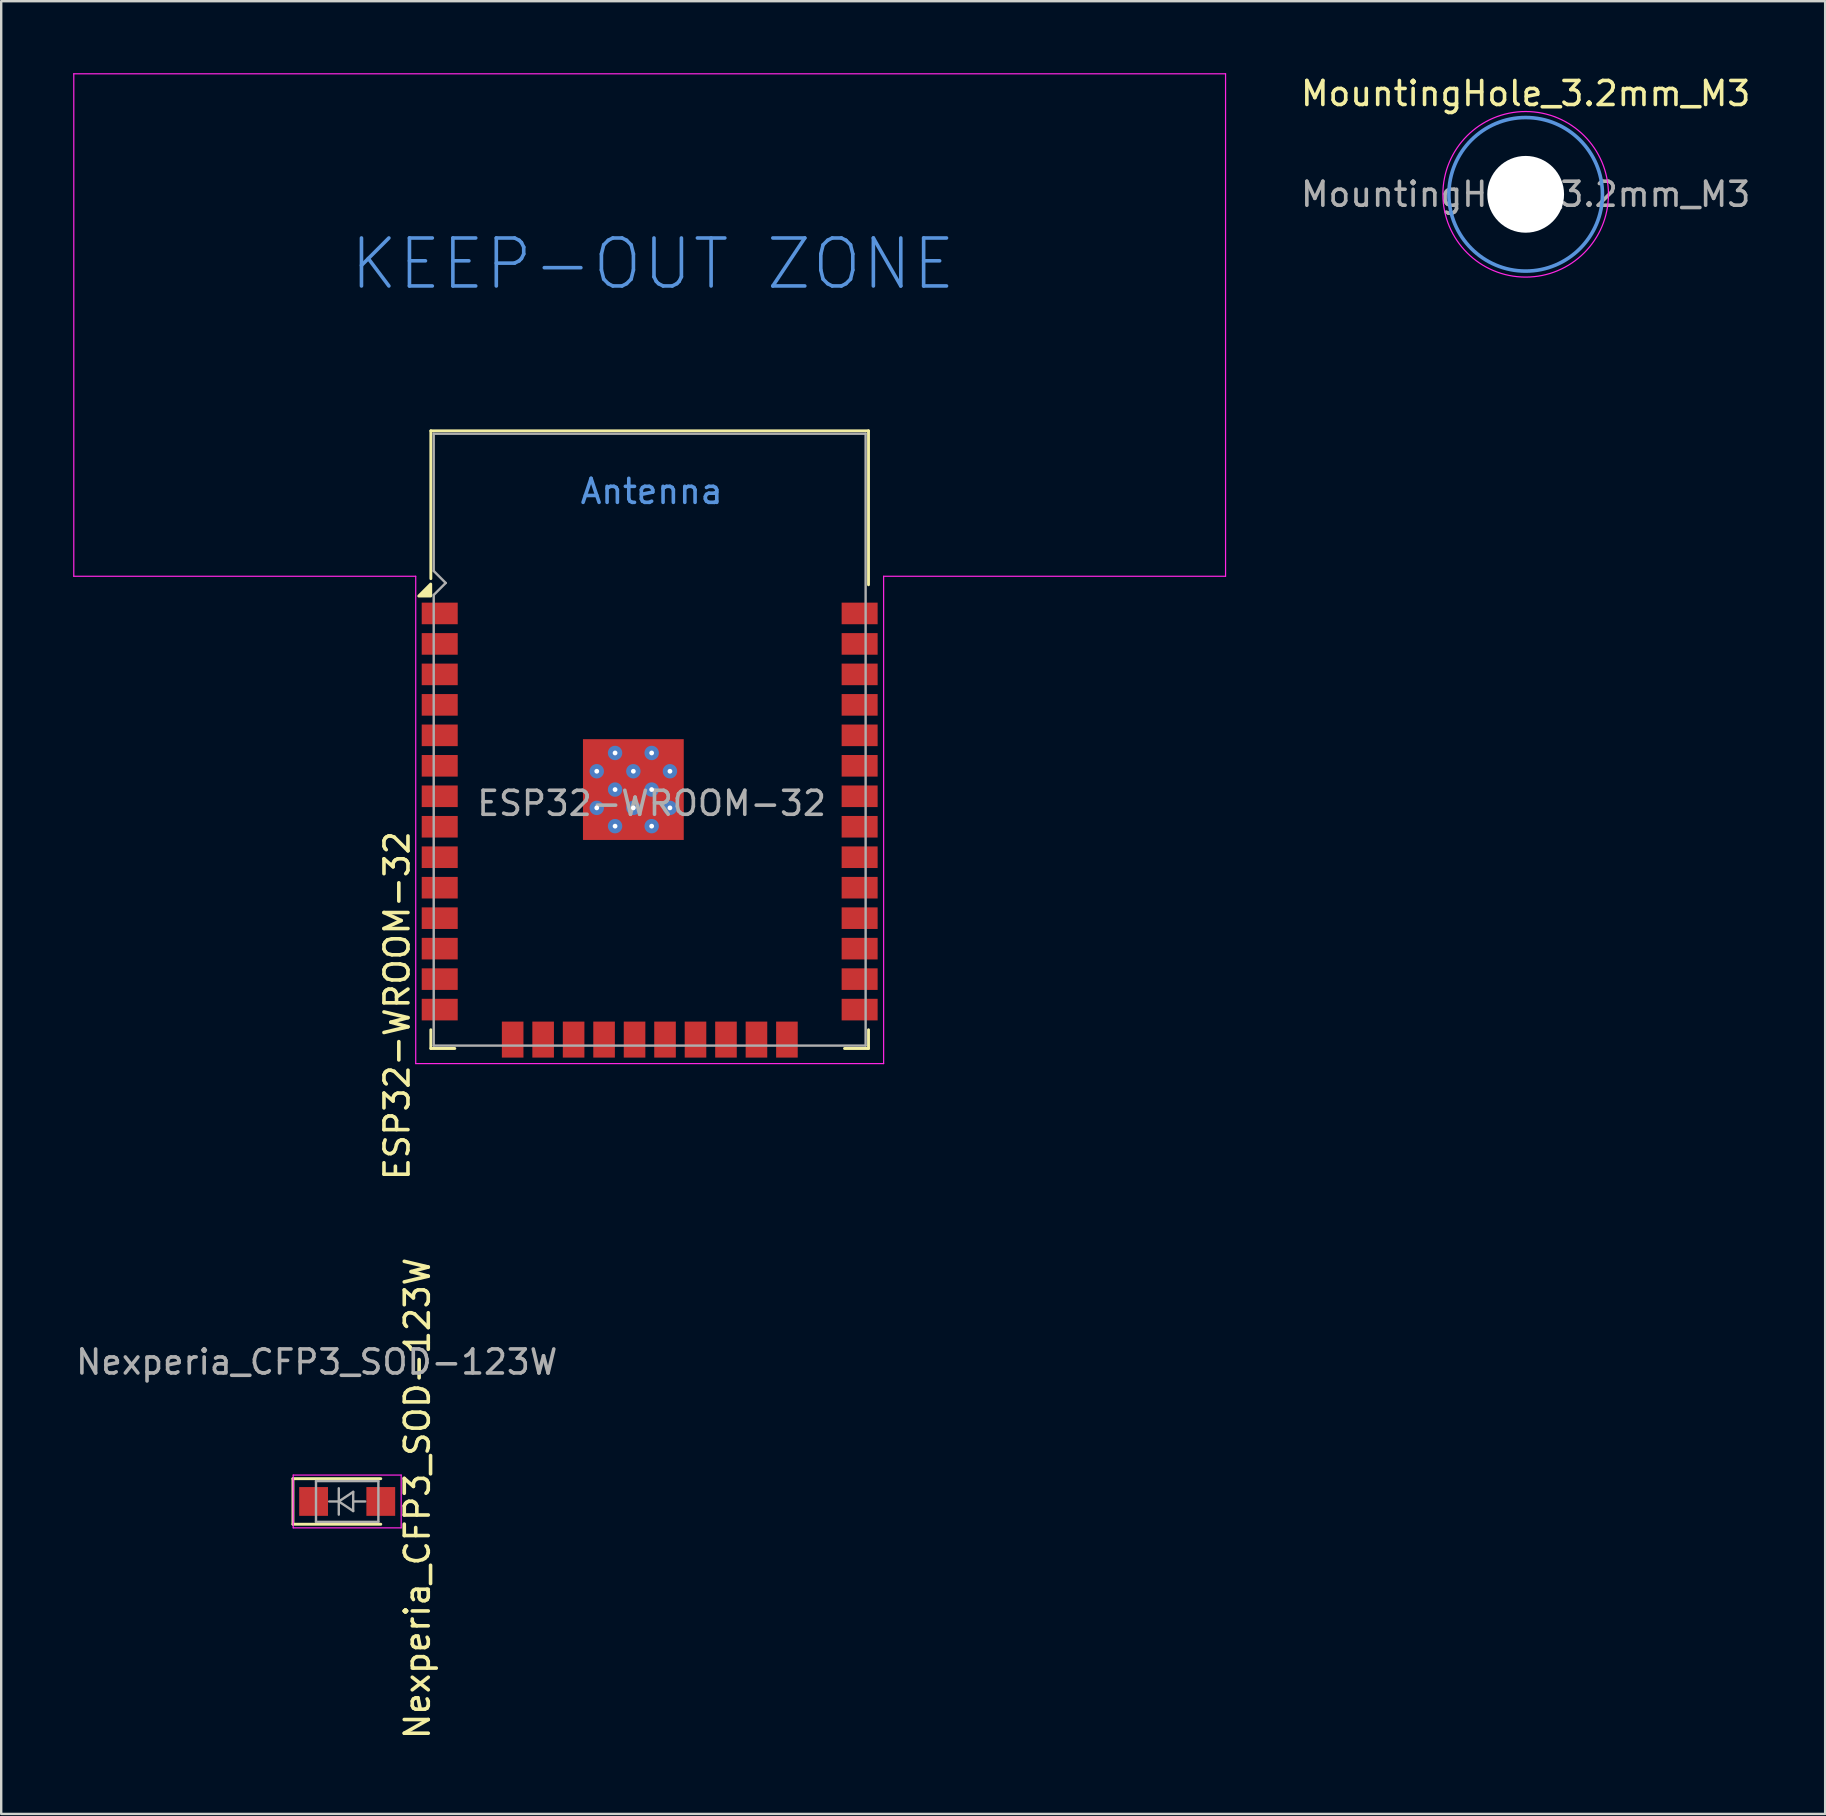
<source format=kicad_pcb>
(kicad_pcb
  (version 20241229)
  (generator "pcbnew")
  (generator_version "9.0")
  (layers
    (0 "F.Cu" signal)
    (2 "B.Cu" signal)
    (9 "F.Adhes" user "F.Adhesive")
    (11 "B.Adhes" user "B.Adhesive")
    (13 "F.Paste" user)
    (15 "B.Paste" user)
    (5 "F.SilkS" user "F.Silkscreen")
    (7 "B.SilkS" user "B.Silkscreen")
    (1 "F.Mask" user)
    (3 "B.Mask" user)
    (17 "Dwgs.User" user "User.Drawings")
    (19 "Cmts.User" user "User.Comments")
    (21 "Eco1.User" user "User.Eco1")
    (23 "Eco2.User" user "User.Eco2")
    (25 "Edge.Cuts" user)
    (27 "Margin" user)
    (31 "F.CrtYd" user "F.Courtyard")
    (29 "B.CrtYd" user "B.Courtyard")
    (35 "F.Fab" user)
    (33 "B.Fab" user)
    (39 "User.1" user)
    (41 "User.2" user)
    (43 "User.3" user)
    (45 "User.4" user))
  (footprint "Nexperia_CFP3_SOD-123W"
    (layer "F.Cu")
    (at 11.419 59.523)
    (property "Reference" "Nexperia_CFP3_SOD-123W" (at 2.924 -0.127 270) (layer "F.SilkS") (effects (font (size 1 1) (thickness 0.15))))
    (attr smd)
    (fp_line (start -2.26 -0.95) (end -2.26 0.95) (stroke (width 0.12) (type solid)) (layer "F.SilkS"))
    (fp_line (start -2.26 -0.95) (end 1.4 -0.95) (stroke (width 0.12) (type solid)) (layer "F.SilkS"))
    (fp_line (start -2.26 0.95) (end 1.4 0.95) (stroke (width 0.12) (type solid)) (layer "F.SilkS"))
    (fp_line (start -2.25 -1.1) (end -2.25 1.1) (stroke (width 0.05) (type solid)) (layer "F.CrtYd"))
    (fp_line (start -2.25 -1.1) (end 2.25 -1.1) (stroke (width 0.05) (type solid)) (layer "F.CrtYd"))
    (fp_line (start 2.25 -1.1) (end 2.25 1.1) (stroke (width 0.05) (type solid)) (layer "F.CrtYd"))
    (fp_line (start 2.25 1.1) (end -2.25 1.1) (stroke (width 0.05) (type solid)) (layer "F.CrtYd"))
    (fp_line (start -1.3 -0.85) (end 1.3 -0.85) (stroke (width 0.1) (type solid)) (layer "F.Fab"))
    (fp_line (start -1.3 0.85) (end -1.3 -0.85) (stroke (width 0.1) (type solid)) (layer "F.Fab"))
    (fp_line (start -0.75 0) (end -0.35 0) (stroke (width 0.1) (type solid)) (layer "F.Fab"))
    (fp_line (start -0.35 -0.55) (end -0.35 0.55) (stroke (width 0.1) (type solid)) (layer "F.Fab"))
    (fp_line (start -0.35 0) (end 0.25 -0.4) (stroke (width 0.1) (type solid)) (layer "F.Fab"))
    (fp_line (start -0.35 0) (end 0.25 0.4) (stroke (width 0.1) (type solid)) (layer "F.Fab"))
    (fp_line (start 0.25 -0.4) (end 0.25 0.4) (stroke (width 0.1) (type solid)) (layer "F.Fab"))
    (fp_line (start 0.75 0) (end 0.25 0) (stroke (width 0.1) (type solid)) (layer "F.Fab"))
    (fp_line (start 1.3 -0.85) (end 1.3 0.85) (stroke (width 0.1) (type solid)) (layer "F.Fab"))
    (fp_line (start 1.3 0.85) (end -1.3 0.85) (stroke (width 0.1) (type solid)) (layer "F.Fab"))
    (fp_text user "${REFERENCE}" (at -1.27 -5.81 180) (layer "F.Fab") (effects (font (size 1 1) (thickness 0.15))))
    (pad "1" smd rect (at -1.4 0) (size 1.2 1.2) (layers "F.Cu" "F.Mask" "F.Paste"))
    (pad "2" smd rect (at 1.4 0) (size 1.2 1.2) (layers "F.Cu" "F.Mask" "F.Paste")))
  (footprint "MountingHole_3.2mm_M3"
    (layer "F.Cu")
    (at 60.532 5.048)
    (property "Reference" "MountingHole_3.2mm_M3" (at 0 -4.2 0) (layer "F.SilkS") (effects (font (size 1 1) (thickness 0.15))))
    (attr exclude_from_pos_files exclude_from_bom)
    (fp_circle (center 0 0) (end 3.2 0) (stroke (width 0.15) (type solid)) (fill no) (layer "Cmts.User"))
    (fp_circle (center 0 0) (end 3.45 0) (stroke (width 0.05) (type solid)) (fill no) (layer "F.CrtYd"))
    (fp_text user "${REFERENCE}" (at 0 0 0) (layer "F.Fab") (effects (font (size 1 1) (thickness 0.15))))
    (pad "" np_thru_hole circle (at 0 0) (size 3.2 3.2) (drill 3.2) (layers "*.Cu" "*.Mask")))
  (footprint "ESP32-WROOM-32"
    (layer "F.Cu")
    (at 24.025 30.765)
    (property "Reference" "ESP32-WROOM-32" (at -10.528 8.095 90) (layer "F.SilkS") (effects (font (size 1 1) (thickness 0.15))))
    (attr smd)
    (fp_line (start -9.12 -15.86) (end -9.12 -9.7) (stroke (width 0.12) (type solid)) (layer "F.SilkS"))
    (fp_line (start -9.12 -15.86) (end 9.12 -15.86) (stroke (width 0.12) (type solid)) (layer "F.SilkS"))
    (fp_line (start -9.12 9.1) (end -9.12 9.88) (stroke (width 0.12) (type solid)) (layer "F.SilkS"))
    (fp_line (start -9.12 9.88) (end -8.12 9.88) (stroke (width 0.12) (type solid)) (layer "F.SilkS"))
    (fp_line (start 9.12 -15.86) (end 9.12 -9.445) (stroke (width 0.12) (type solid)) (layer "F.SilkS"))
    (fp_line (start 9.12 9.1) (end 9.12 9.88) (stroke (width 0.12) (type solid)) (layer "F.SilkS"))
    (fp_line (start 9.12 9.88) (end 8.12 9.88) (stroke (width 0.12) (type solid)) (layer "F.SilkS"))
    (fp_poly (pts (xy -9.125 -8.975) (xy -9.625 -8.975) (xy -9.125 -9.475) (xy -9.125 -8.975)) (stroke (width 0.12) (type solid)) (fill yes) (layer "F.SilkS"))
    (fp_line (start -24 -30.74) (end -24 -9.8) (stroke (width 0.05) (type solid)) (layer "F.CrtYd"))
    (fp_line (start -24 -9.8) (end -9.75 -9.8) (stroke (width 0.05) (type solid)) (layer "F.CrtYd"))
    (fp_line (start -9.75 10.51) (end -9.75 -9.8) (stroke (width 0.05) (type solid)) (layer "F.CrtYd"))
    (fp_line (start -9.75 10.51) (end 9.75 10.51) (stroke (width 0.05) (type solid)) (layer "F.CrtYd"))
    (fp_line (start 9.75 -9.8) (end 9.75 10.51) (stroke (width 0.05) (type solid)) (layer "F.CrtYd"))
    (fp_line (start 9.75 -9.8) (end 24 -9.8) (stroke (width 0.05) (type solid)) (layer "F.CrtYd"))
    (fp_line (start 24 -30.74) (end -24 -30.74) (stroke (width 0.05) (type solid)) (layer "F.CrtYd"))
    (fp_line (start 24 -9.8) (end 24 -30.74) (stroke (width 0.05) (type solid)) (layer "F.CrtYd"))
    (fp_line (start -9 -15.74) (end -9 -10.02) (stroke (width 0.1) (type solid)) (layer "F.Fab"))
    (fp_line (start -9 -15.74) (end 9 -15.74) (stroke (width 0.1) (type solid)) (layer "F.Fab"))
    (fp_line (start -9 -9.02) (end -9 9.76) (stroke (width 0.1) (type solid)) (layer "F.Fab"))
    (fp_line (start -9 -9.02) (end -8.5 -9.52) (stroke (width 0.1) (type solid)) (layer "F.Fab"))
    (fp_line (start -9 9.76) (end 9 9.76) (stroke (width 0.1) (type solid)) (layer "F.Fab"))
    (fp_line (start -8.5 -9.52) (end -9 -10.02) (stroke (width 0.1) (type solid)) (layer "F.Fab"))
    (fp_line (start 9 9.76) (end 9 -15.74) (stroke (width 0.1) (type solid)) (layer "F.Fab"))
    (fp_text user "KEEP-OUT ZONE" (at 0.132 -22.815 0) (layer "Cmts.User") (effects (font (size 2 2) (thickness 0.15))))
    (fp_text user "Antenna" (at 0.082 -13.335 0) (layer "Cmts.User") (effects (font (size 1 1) (thickness 0.15))))
    (fp_text user "${REFERENCE}" (at 0.082 -0.335 0) (layer "F.Fab") (effects (font (size 1 1) (thickness 0.15))))
    (pad "1" smd rect (at -8.75 -8.25) (size 1.5 0.9) (layers "F.Cu" "F.Mask" "F.Paste"))
    (pad "2" smd rect (at -8.75 -6.98) (size 1.5 0.9) (layers "F.Cu" "F.Mask" "F.Paste"))
    (pad "3" smd rect (at -8.75 -5.71) (size 1.5 0.9) (layers "F.Cu" "F.Mask" "F.Paste"))
    (pad "4" smd rect (at -8.75 -4.44) (size 1.5 0.9) (layers "F.Cu" "F.Mask" "F.Paste"))
    (pad "5" smd rect (at -8.75 -3.17) (size 1.5 0.9) (layers "F.Cu" "F.Mask" "F.Paste"))
    (pad "6" smd rect (at -8.75 -1.9) (size 1.5 0.9) (layers "F.Cu" "F.Mask" "F.Paste"))
    (pad "7" smd rect (at -8.75 -0.63) (size 1.5 0.9) (layers "F.Cu" "F.Mask" "F.Paste"))
    (pad "8" smd rect (at -8.75 0.64) (size 1.5 0.9) (layers "F.Cu" "F.Mask" "F.Paste"))
    (pad "9" smd rect (at -8.75 1.91) (size 1.5 0.9) (layers "F.Cu" "F.Mask" "F.Paste"))
    (pad "10" smd rect (at -8.75 3.18) (size 1.5 0.9) (layers "F.Cu" "F.Mask" "F.Paste"))
    (pad "11" smd rect (at -8.75 4.45) (size 1.5 0.9) (layers "F.Cu" "F.Mask" "F.Paste"))
    (pad "12" smd rect (at -8.75 5.72) (size 1.5 0.9) (layers "F.Cu" "F.Mask" "F.Paste"))
    (pad "13" smd rect (at -8.75 6.99) (size 1.5 0.9) (layers "F.Cu" "F.Mask" "F.Paste"))
    (pad "14" smd rect (at -8.75 8.26) (size 1.5 0.9) (layers "F.Cu" "F.Mask" "F.Paste"))
    (pad "15" smd rect (at -5.71 9.51 90) (size 1.5 0.9) (layers "F.Cu" "F.Mask" "F.Paste"))
    (pad "16" smd rect (at -4.44 9.51 90) (size 1.5 0.9) (layers "F.Cu" "F.Mask" "F.Paste"))
    (pad "17" smd rect (at -3.17 9.51 90) (size 1.5 0.9) (layers "F.Cu" "F.Mask" "F.Paste"))
    (pad "18" smd rect (at -1.9 9.51 90) (size 1.5 0.9) (layers "F.Cu" "F.Mask" "F.Paste"))
    (pad "19" smd rect (at -0.63 9.51 90) (size 1.5 0.9) (layers "F.Cu" "F.Mask" "F.Paste"))
    (pad "20" smd rect (at 0.64 9.51 90) (size 1.5 0.9) (layers "F.Cu" "F.Mask" "F.Paste"))
    (pad "21" smd rect (at 1.91 9.51 90) (size 1.5 0.9) (layers "F.Cu" "F.Mask" "F.Paste"))
    (pad "22" smd rect (at 3.18 9.51 90) (size 1.5 0.9) (layers "F.Cu" "F.Mask" "F.Paste"))
    (pad "23" smd rect (at 4.45 9.51 90) (size 1.5 0.9) (layers "F.Cu" "F.Mask" "F.Paste"))
    (pad "24" smd rect (at 5.72 9.51 90) (size 1.5 0.9) (layers "F.Cu" "F.Mask" "F.Paste"))
    (pad "25" smd rect (at 8.75 8.26) (size 1.5 0.9) (layers "F.Cu" "F.Mask" "F.Paste"))
    (pad "26" smd rect (at 8.75 6.99) (size 1.5 0.9) (layers "F.Cu" "F.Mask" "F.Paste"))
    (pad "27" smd rect (at 8.75 5.72) (size 1.5 0.9) (layers "F.Cu" "F.Mask" "F.Paste"))
    (pad "28" smd rect (at 8.75 4.45) (size 1.5 0.9) (layers "F.Cu" "F.Mask" "F.Paste"))
    (pad "29" smd rect (at 8.75 3.18) (size 1.5 0.9) (layers "F.Cu" "F.Mask" "F.Paste"))
    (pad "30" smd rect (at 8.75 1.91) (size 1.5 0.9) (layers "F.Cu" "F.Mask" "F.Paste"))
    (pad "31" smd rect (at 8.75 0.64) (size 1.5 0.9) (layers "F.Cu" "F.Mask" "F.Paste"))
    (pad "32" smd rect (at 8.75 -0.63) (size 1.5 0.9) (layers "F.Cu" "F.Mask" "F.Paste"))
    (pad "33" smd rect (at 8.75 -1.9) (size 1.5 0.9) (layers "F.Cu" "F.Mask" "F.Paste"))
    (pad "34" smd rect (at 8.75 -3.17) (size 1.5 0.9) (layers "F.Cu" "F.Mask" "F.Paste"))
    (pad "35" smd rect (at 8.75 -4.44) (size 1.5 0.9) (layers "F.Cu" "F.Mask" "F.Paste"))
    (pad "36" smd rect (at 8.75 -5.71) (size 1.5 0.9) (layers "F.Cu" "F.Mask" "F.Paste"))
    (pad "37" smd rect (at 8.75 -6.98) (size 1.5 0.9) (layers "F.Cu" "F.Mask" "F.Paste"))
    (pad "38" smd rect (at 8.75 -8.25) (size 1.5 0.9) (layers "F.Cu" "F.Mask" "F.Paste"))
    (pad "39" smd rect (at -2.205 -2.435) (size 1.05 1.05) (layers "F.Cu" "F.Paste"))
    (pad "39" thru_hole circle (at -2.205 -1.673) (size 0.6 0.6) (drill 0.2) (property pad_prop_heatsink) (layers "*.Cu" "F.Mask"))
    (pad "39" smd rect (at -2.205 -0.91) (size 1.05 1.05) (layers "F.Cu" "F.Paste"))
    (pad "39" thru_hole circle (at -2.205 -0.147) (size 0.6 0.6) (drill 0.2) (property pad_prop_heatsink) (layers "*.Cu" "F.Mask"))
    (pad "39" smd rect (at -2.205 0.615) (size 1.05 1.05) (layers "F.Cu" "F.Paste"))
    (pad "39" thru_hole circle (at -1.442 -2.435) (size 0.6 0.6) (drill 0.2) (property pad_prop_heatsink) (layers "*.Cu" "F.Mask"))
    (pad "39" thru_hole circle (at -1.442 -0.91) (size 0.6 0.6) (drill 0.2) (property pad_prop_heatsink) (layers "*.Cu" "F.Mask"))
    (pad "39" thru_hole circle (at -1.442 0.615) (size 0.6 0.6) (drill 0.2) (property pad_prop_heatsink) (layers "*.Cu" "F.Mask"))
    (pad "39" smd rect (at -0.68 -2.435) (size 1.05 1.05) (layers "F.Cu" "F.Paste"))
    (pad "39" thru_hole circle (at -0.68 -1.673) (size 0.6 0.6) (drill 0.2) (property pad_prop_heatsink) (layers "*.Cu" "F.Mask"))
    (pad "39" smd rect (at -0.68 -0.91) (size 1.05 1.05) (layers "F.Cu" "F.Paste"))
    (pad "39" smd rect (at -0.68 -0.91) (size 4.2 4.2) (property pad_prop_heatsink) (layers "F.Cu" "F.Mask"))
    (pad "39" thru_hole circle (at -0.68 -0.147) (size 0.6 0.6) (drill 0.2) (property pad_prop_heatsink) (layers "*.Cu" "F.Mask"))
    (pad "39" smd rect (at -0.68 0.615) (size 1.05 1.05) (layers "F.Cu" "F.Paste"))
    (pad "39" thru_hole circle (at 0.083 -2.435) (size 0.6 0.6) (drill 0.2) (property pad_prop_heatsink) (layers "*.Cu" "F.Mask"))
    (pad "39" thru_hole circle (at 0.083 -0.91) (size 0.6 0.6) (drill 0.2) (property pad_prop_heatsink) (layers "*.Cu" "F.Mask"))
    (pad "39" thru_hole circle (at 0.083 0.615) (size 0.6 0.6) (drill 0.2) (property pad_prop_heatsink) (layers "*.Cu" "F.Mask"))
    (pad "39" smd rect (at 0.845 -2.435) (size 1.05 1.05) (layers "F.Cu" "F.Paste"))
    (pad "39" thru_hole circle (at 0.845 -1.673) (size 0.6 0.6) (drill 0.2) (property pad_prop_heatsink) (layers "*.Cu" "F.Mask"))
    (pad "39" smd rect (at 0.845 -0.91) (size 1.05 1.05) (layers "F.Cu" "F.Paste"))
    (pad "39" thru_hole circle (at 0.845 -0.147) (size 0.6 0.6) (drill 0.2) (property pad_prop_heatsink) (layers "*.Cu" "F.Mask"))
    (pad "39" smd rect (at 0.845 0.615) (size 1.05 1.05) (layers "F.Cu" "F.Paste"))
    (zone (net_name "") (layers "F.Cu" "B.Cu") (hatch full 0.508) (connect_pads) (min_thickness 0.254) (filled_areas_thickness no) (keepout (tracks not_allowed) (vias not_allowed) (pads not_allowed) (copperpour not_allowed) (footprints not_allowed)) (placement (enabled no)) (fill) (polygon (pts (xy 0.025 20.965) (xy 48.025 20.965) (xy 48.025 0.025) (xy 0.025 0.025)))))
  (gr_rect
    (start -3 -3)
    (end 73.014 72.545)
    (stroke (width 0.1) (type default))
    (fill no)
    (layer "Edge.Cuts")))
</source>
